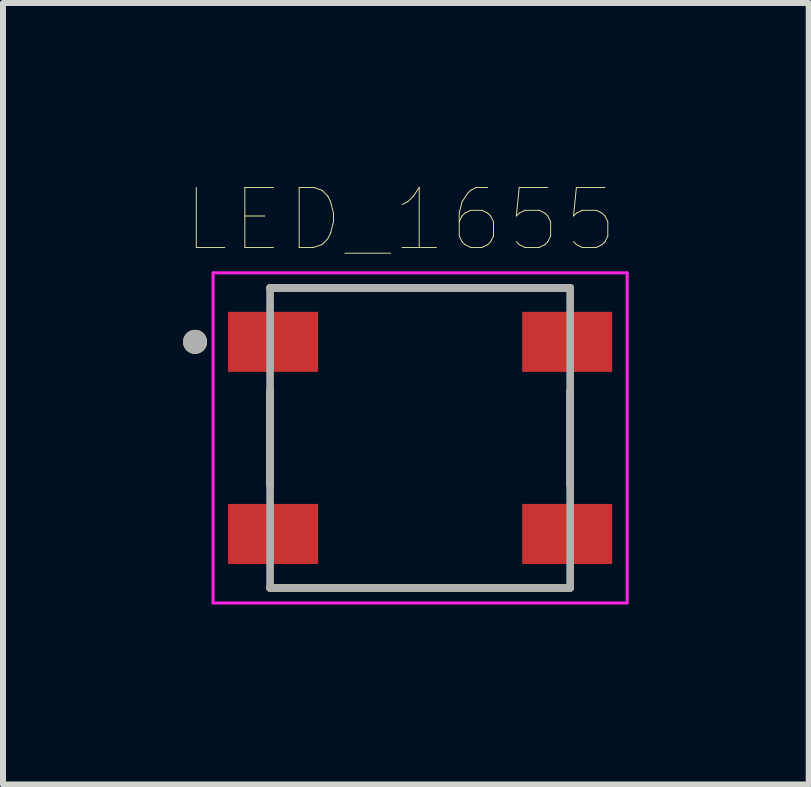
<source format=kicad_pcb>
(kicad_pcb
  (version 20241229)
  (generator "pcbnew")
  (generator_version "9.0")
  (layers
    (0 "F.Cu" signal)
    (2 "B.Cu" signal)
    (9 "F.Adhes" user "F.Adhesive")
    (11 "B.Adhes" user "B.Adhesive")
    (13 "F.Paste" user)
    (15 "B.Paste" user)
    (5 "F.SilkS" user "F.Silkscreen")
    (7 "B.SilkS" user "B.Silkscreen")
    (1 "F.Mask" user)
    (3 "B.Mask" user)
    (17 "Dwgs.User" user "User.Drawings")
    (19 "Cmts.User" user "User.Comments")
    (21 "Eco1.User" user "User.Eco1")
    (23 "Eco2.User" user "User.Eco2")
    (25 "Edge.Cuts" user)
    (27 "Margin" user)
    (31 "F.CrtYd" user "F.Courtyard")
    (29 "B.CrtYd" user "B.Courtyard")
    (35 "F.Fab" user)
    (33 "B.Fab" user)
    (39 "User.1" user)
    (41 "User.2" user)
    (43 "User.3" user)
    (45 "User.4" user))
  (footprint "LED_1655"
    (layer "F.Cu")
    (at 3.95 4.246)
    (property "Reference" "LED_1655" (at -0.325 -3.635 0) (layer "F.SilkS") (effects (font (size 1 1) (thickness 0.015))))
    (attr through_hole)
    (fp_line (start -2.5 0.786) (end -2.5 -0.786) (stroke (width 0.127) (type solid)) (layer "F.SilkS"))
    (fp_line (start -2.5 2.5) (end 2.5 2.5) (stroke (width 0.127) (type solid)) (layer "F.SilkS"))
    (fp_line (start 2.5 -2.5) (end -2.5 -2.5) (stroke (width 0.127) (type solid)) (layer "F.SilkS"))
    (fp_line (start 2.5 0.786) (end 2.5 -0.786) (stroke (width 0.127) (type solid)) (layer "F.SilkS"))
    (fp_circle (center -3.75 -1.6) (end -3.65 -1.6) (stroke (width 0.2) (type solid)) (fill no) (layer "F.SilkS"))
    (fp_line (start -3.45 -2.75) (end 3.45 -2.75) (stroke (width 0.05) (type solid)) (layer "F.CrtYd"))
    (fp_line (start -3.45 2.75) (end -3.45 -2.75) (stroke (width 0.05) (type solid)) (layer "F.CrtYd"))
    (fp_line (start 3.45 -2.75) (end 3.45 2.75) (stroke (width 0.05) (type solid)) (layer "F.CrtYd"))
    (fp_line (start 3.45 2.75) (end -3.45 2.75) (stroke (width 0.05) (type solid)) (layer "F.CrtYd"))
    (fp_line (start -2.5 -2.5) (end -2.5 2.5) (stroke (width 0.127) (type solid)) (layer "F.Fab"))
    (fp_line (start -2.5 2.5) (end 2.5 2.5) (stroke (width 0.127) (type solid)) (layer "F.Fab"))
    (fp_line (start 2.5 -2.5) (end -2.5 -2.5) (stroke (width 0.127) (type solid)) (layer "F.Fab"))
    (fp_line (start 2.5 2.5) (end 2.5 -2.5) (stroke (width 0.127) (type solid)) (layer "F.Fab"))
    (fp_circle (center -3.75 -1.6) (end -3.65 -1.6) (stroke (width 0.2) (type solid)) (fill no) (layer "F.Fab"))
    (pad "1" smd rect (at -2.45 -1.6) (size 1.5 1) (layers "F.Cu" "F.Mask" "F.Paste"))
    (pad "2" smd rect (at -2.45 1.6) (size 1.5 1) (layers "F.Cu" "F.Mask" "F.Paste"))
    (pad "3" smd rect (at 2.45 1.6) (size 1.5 1) (layers "F.Cu" "F.Mask" "F.Paste"))
    (pad "4" smd rect (at 2.45 -1.6) (size 1.5 1) (layers "F.Cu" "F.Mask" "F.Paste")))
  (gr_rect
    (start -3 -3)
    (end 10.425 10.021)
    (stroke (width 0.1) (type default))
    (fill no)
    (layer "Edge.Cuts")))
</source>
